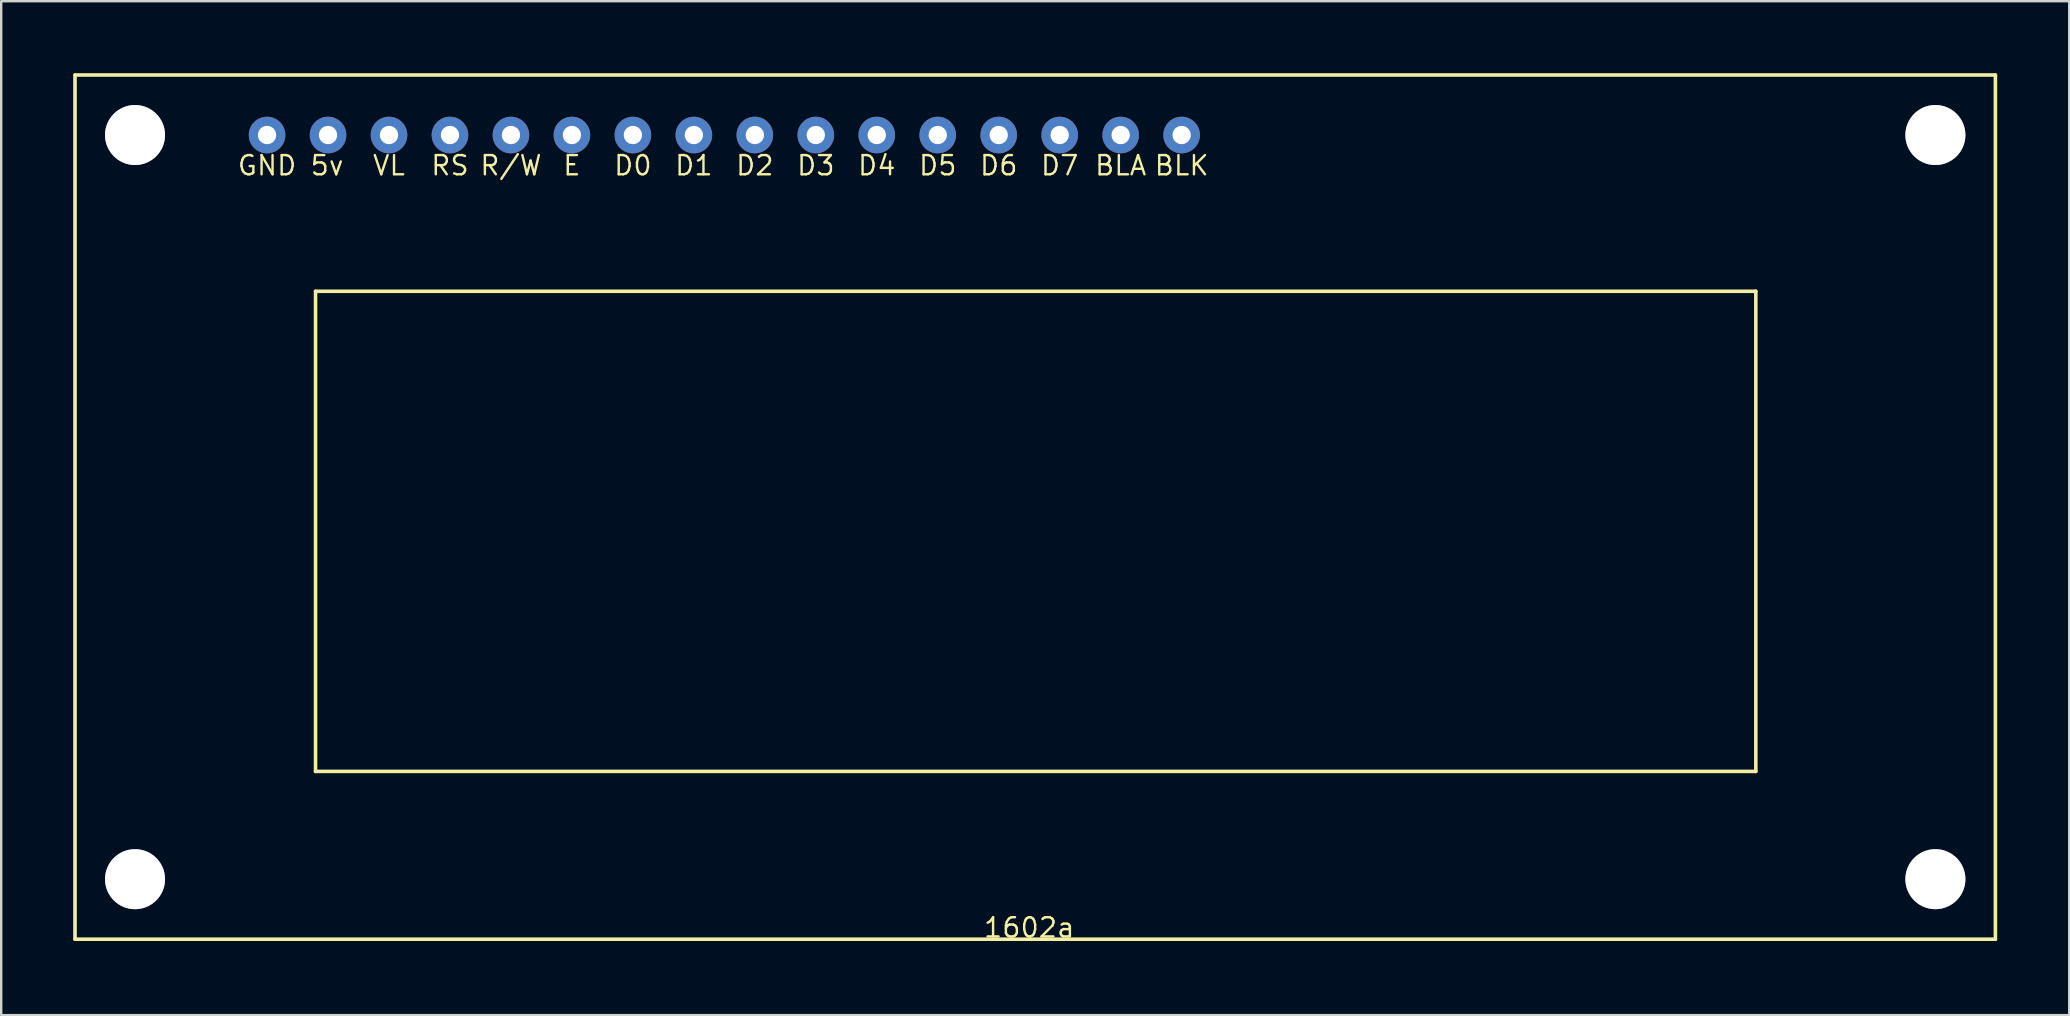
<source format=kicad_pcb>
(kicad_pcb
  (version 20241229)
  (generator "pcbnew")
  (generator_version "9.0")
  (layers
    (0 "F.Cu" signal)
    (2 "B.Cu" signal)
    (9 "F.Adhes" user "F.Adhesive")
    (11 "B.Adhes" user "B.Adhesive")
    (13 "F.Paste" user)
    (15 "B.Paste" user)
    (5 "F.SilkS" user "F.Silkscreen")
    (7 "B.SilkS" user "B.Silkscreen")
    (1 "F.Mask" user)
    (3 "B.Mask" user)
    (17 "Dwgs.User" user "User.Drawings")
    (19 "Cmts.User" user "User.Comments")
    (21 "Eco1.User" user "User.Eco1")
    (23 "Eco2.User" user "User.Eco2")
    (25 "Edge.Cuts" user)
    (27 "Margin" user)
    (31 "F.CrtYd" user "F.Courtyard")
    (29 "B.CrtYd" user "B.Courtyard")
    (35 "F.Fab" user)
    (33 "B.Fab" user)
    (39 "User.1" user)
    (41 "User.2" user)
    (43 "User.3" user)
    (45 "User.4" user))
  (footprint "1602a"
    (layer "F.Cu")
    (at 40.095 19.085)
    (property "Reference" "1602a" (at -0.27 16.51 0) (layer "F.SilkS") (effects (font (size 0.8 0.8) (thickness 0.1))))
    (attr through_hole)
    (fp_line (start -40.02 -19.01) (end -40.02 16.99) (stroke (width 0.15) (type solid)) (layer "F.SilkS"))
    (fp_line (start -30 -10) (end -30 10) (stroke (width 0.15) (type solid)) (layer "F.SilkS"))
    (fp_line (start -30 -10) (end 30 -10) (stroke (width 0.15) (type solid)) (layer "F.SilkS"))
    (fp_line (start 30 -10) (end 30 10) (stroke (width 0.15) (type solid)) (layer "F.SilkS"))
    (fp_line (start 30 10) (end -30 10) (stroke (width 0.15) (type solid)) (layer "F.SilkS"))
    (fp_line (start 39.98 -19.01) (end -40.02 -19.01) (stroke (width 0.15) (type solid)) (layer "F.SilkS"))
    (fp_line (start 39.98 -19.01) (end 39.98 16.99) (stroke (width 0.15) (type solid)) (layer "F.SilkS"))
    (fp_line (start 39.98 16.99) (end -40.02 16.99) (stroke (width 0.15) (type solid)) (layer "F.SilkS"))
    (fp_text user "E" (at -19.32 -15.24 0) (layer "F.SilkS") (effects (font (size 0.8 0.8) (thickness 0.1))))
    (fp_text user "BLA" (at 3.54 -15.24 0) (layer "F.SilkS") (effects (font (size 0.8 0.8) (thickness 0.1))))
    (fp_text user "D5" (at -4.08 -15.24 0) (layer "F.SilkS") (effects (font (size 0.8 0.8) (thickness 0.1))))
    (fp_text user "D2" (at -11.7 -15.24 0) (layer "F.SilkS") (effects (font (size 0.8 0.8) (thickness 0.1))))
    (fp_text user "VL" (at -26.94 -15.24 0) (layer "F.SilkS") (effects (font (size 0.8 0.8) (thickness 0.1))))
    (fp_text user "D6" (at -1.54 -15.24 0) (layer "F.SilkS") (effects (font (size 0.8 0.8) (thickness 0.1))))
    (fp_text user "R/W" (at -21.86 -15.24 0) (layer "F.SilkS") (effects (font (size 0.8 0.8) (thickness 0.1))))
    (fp_text user "D3" (at -9.16 -15.24 0) (layer "F.SilkS") (effects (font (size 0.8 0.8) (thickness 0.1))))
    (fp_text user "D0" (at -16.78 -15.24 0) (layer "F.SilkS") (effects (font (size 0.8 0.8) (thickness 0.1))))
    (fp_text user "5v" (at -29.52 -15.24 0) (layer "F.SilkS") (effects (font (size 0.8 0.8) (thickness 0.1))))
    (fp_text user "RS" (at -24.4 -15.24 0) (layer "F.SilkS") (effects (font (size 0.8 0.8) (thickness 0.1))))
    (fp_text user "D4" (at -6.62 -15.24 0) (layer "F.SilkS") (effects (font (size 0.8 0.8) (thickness 0.1))))
    (fp_text user "GND" (at -32.02 -15.24 0) (layer "F.SilkS") (effects (font (size 0.8 0.8) (thickness 0.1))))
    (fp_text user "BLK" (at 6.08 -15.24 0) (layer "F.SilkS") (effects (font (size 0.8 0.8) (thickness 0.1))))
    (fp_text user "D7" (at 1 -15.24 0) (layer "F.SilkS") (effects (font (size 0.8 0.8) (thickness 0.1))))
    (fp_text user "D1" (at -14.24 -15.24 0) (layer "F.SilkS") (effects (font (size 0.8 0.8) (thickness 0.1))))
    (pad "1" thru_hole circle (at -37.52 -16.51) (size 2.5 2.5) (drill 2.5) (layers "*.Cu" "*.Mask"))
    (pad "1" thru_hole circle (at -37.52 14.49) (size 2.5 2.5) (drill 2.5) (layers "*.Cu" "*.Mask"))
    (pad "1" thru_hole circle (at -32.02 -16.51) (size 1.524 1.524) (drill 0.762) (layers "*.Cu" "*.Mask"))
    (pad "1" thru_hole circle (at 37.48 -16.51) (size 2.5 2.5) (drill 2.5) (layers "*.Cu" "*.Mask"))
    (pad "1" thru_hole circle (at 37.48 14.49) (size 2.5 2.5) (drill 2.5) (layers "*.Cu" "*.Mask"))
    (pad "2" thru_hole circle (at -29.48 -16.51) (size 1.524 1.524) (drill 0.762) (layers "*.Cu" "*.Mask"))
    (pad "3" thru_hole circle (at -26.94 -16.51) (size 1.524 1.524) (drill 0.762) (layers "*.Cu" "*.Mask"))
    (pad "4" thru_hole circle (at -24.4 -16.51) (size 1.524 1.524) (drill 0.762) (layers "*.Cu" "*.Mask"))
    (pad "5" thru_hole circle (at -21.86 -16.51) (size 1.524 1.524) (drill 0.762) (layers "*.Cu" "*.Mask"))
    (pad "6" thru_hole circle (at -19.32 -16.51) (size 1.524 1.524) (drill 0.762) (layers "*.Cu" "*.Mask"))
    (pad "7" thru_hole circle (at -16.78 -16.51) (size 1.524 1.524) (drill 0.762) (layers "*.Cu" "*.Mask"))
    (pad "8" thru_hole circle (at -14.24 -16.51) (size 1.524 1.524) (drill 0.762) (layers "*.Cu" "*.Mask"))
    (pad "9" thru_hole circle (at -11.7 -16.51) (size 1.524 1.524) (drill 0.762) (layers "*.Cu" "*.Mask"))
    (pad "10" thru_hole circle (at -9.16 -16.51) (size 1.524 1.524) (drill 0.762) (layers "*.Cu" "*.Mask"))
    (pad "11" thru_hole circle (at -6.62 -16.51) (size 1.524 1.524) (drill 0.762) (layers "*.Cu" "*.Mask"))
    (pad "12" thru_hole circle (at -4.08 -16.51) (size 1.524 1.524) (drill 0.762) (layers "*.Cu" "*.Mask"))
    (pad "13" thru_hole circle (at -1.54 -16.51) (size 1.524 1.524) (drill 0.762) (layers "*.Cu" "*.Mask"))
    (pad "14" thru_hole circle (at 1 -16.51) (size 1.524 1.524) (drill 0.762) (layers "*.Cu" "*.Mask"))
    (pad "15" thru_hole circle (at 3.54 -16.51) (size 1.524 1.524) (drill 0.762) (layers "*.Cu" "*.Mask"))
    (pad "16" thru_hole circle (at 6.08 -16.51) (size 1.524 1.524) (drill 0.762) (layers "*.Cu" "*.Mask")))
  (gr_rect
    (start -3 -3)
    (end 83.15 39.239)
    (stroke (width 0.1) (type default))
    (fill no)
    (layer "Edge.Cuts")))
</source>
